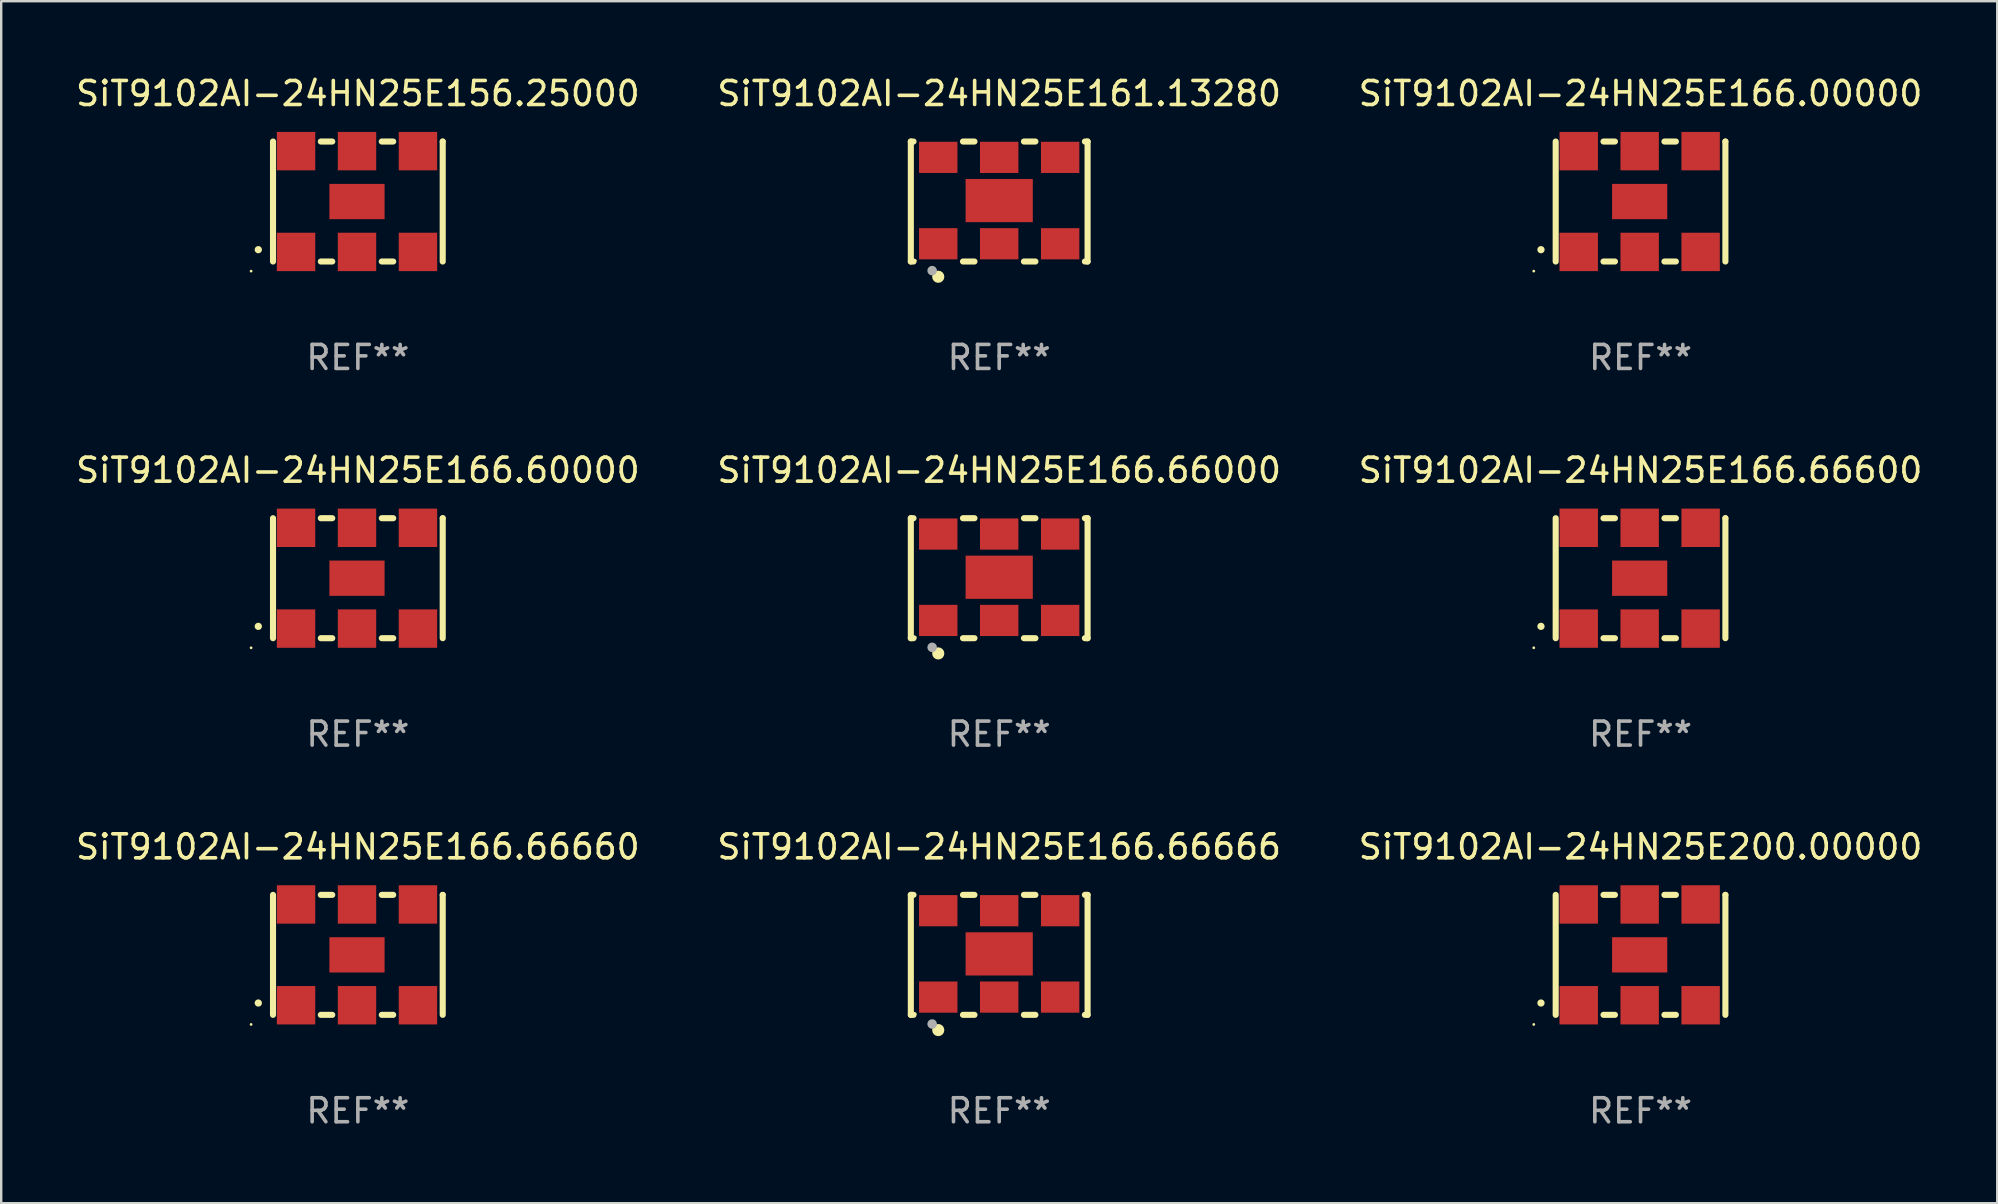
<source format=kicad_pcb>
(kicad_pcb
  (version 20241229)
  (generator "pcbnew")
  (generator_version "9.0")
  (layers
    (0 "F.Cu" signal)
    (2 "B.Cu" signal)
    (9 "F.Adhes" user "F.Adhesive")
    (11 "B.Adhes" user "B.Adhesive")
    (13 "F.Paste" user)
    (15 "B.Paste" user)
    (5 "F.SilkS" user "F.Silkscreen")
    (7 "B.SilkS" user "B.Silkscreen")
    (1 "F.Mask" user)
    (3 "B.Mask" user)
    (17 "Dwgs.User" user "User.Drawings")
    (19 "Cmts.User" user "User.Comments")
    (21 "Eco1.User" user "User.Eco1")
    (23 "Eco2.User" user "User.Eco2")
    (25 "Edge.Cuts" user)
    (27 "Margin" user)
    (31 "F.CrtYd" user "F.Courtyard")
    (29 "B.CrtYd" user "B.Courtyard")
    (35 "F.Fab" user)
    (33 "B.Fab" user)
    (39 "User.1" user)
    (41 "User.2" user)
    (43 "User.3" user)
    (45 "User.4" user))
  (footprint "SiT9102AI-24HN25E166.00000"
    (layer "F.Cu")
    (at 65.315 5.348)
    (property "Reference" "SiT9102AI-24HN25E166.00000" (at 0 -4.5 0) (layer "F.SilkS") (effects (font (size 1 1) (thickness 0.15))))
    (attr through_hole)
    (fp_line (start -3.536 -2.5) (end -3.536 2.5) (stroke (width 0.254) (type solid)) (layer "F.SilkS"))
    (fp_line (start -1.544 2.5) (end -1.067 2.5) (stroke (width 0.254) (type solid)) (layer "F.SilkS"))
    (fp_line (start -1.067 -2.5) (end -1.544 -2.5) (stroke (width 0.254) (type solid)) (layer "F.SilkS"))
    (fp_line (start 0.996 2.5) (end 1.473 2.5) (stroke (width 0.254) (type solid)) (layer "F.SilkS"))
    (fp_line (start 1.473 -2.5) (end 0.996 -2.5) (stroke (width 0.254) (type solid)) (layer "F.SilkS"))
    (fp_line (start 3.536 -2.5) (end 3.536 -2.5) (stroke (width 0.254) (type solid)) (layer "F.SilkS"))
    (fp_line (start 3.536 2.5) (end 3.536 -2.5) (stroke (width 0.254) (type solid)) (layer "F.SilkS"))
    (fp_arc (start -4.150432 2.006604) (mid -4.149162 2.006599) (end -4.147892 2.006604) (stroke (width 0.3) (type solid)) (layer "F.SilkS"))
    (fp_circle (center -4.449 2.9) (end -4.419 2.9) (stroke (width 0.06) (type solid)) (fill no) (layer "F.SilkS"))
    (fp_text user "REF**" (at 0 6.5 0) (layer "F.Fab") (effects (font (size 1 1) (thickness 0.15))))
    (pad "1" smd rect (at -2.576 2.1) (size 1.6 1.6) (layers "F.Cu" "F.Mask" "F.Paste"))
    (pad "2" smd rect (at -0.036 2.1) (size 1.6 1.6) (layers "F.Cu" "F.Mask" "F.Paste"))
    (pad "3" smd rect (at 2.504 2.1) (size 1.6 1.6) (layers "F.Cu" "F.Mask" "F.Paste"))
    (pad "4" smd rect (at 2.504 -2.1) (size 1.6 1.6) (layers "F.Cu" "F.Mask" "F.Paste"))
    (pad "5" smd rect (at -0.036 -2.1) (size 1.6 1.6) (layers "F.Cu" "F.Mask" "F.Paste"))
    (pad "6" smd rect (at -2.576 -2.1) (size 1.6 1.6) (layers "F.Cu" "F.Mask" "F.Paste"))
    (pad "7" smd rect (at -0.036 0) (size 2.3 1.47) (layers "F.Cu" "F.Mask" "F.Paste")))
  (footprint "SiT9102AI-24HN25E166.60000"
    (layer "F.Cu")
    (at 11.863 21.045)
    (property "Reference" "SiT9102AI-24HN25E166.60000" (at 0 -4.5 0) (layer "F.SilkS") (effects (font (size 1 1) (thickness 0.15))))
    (attr through_hole)
    (fp_line (start -3.536 -2.5) (end -3.536 2.5) (stroke (width 0.254) (type solid)) (layer "F.SilkS"))
    (fp_line (start -1.544 2.5) (end -1.067 2.5) (stroke (width 0.254) (type solid)) (layer "F.SilkS"))
    (fp_line (start -1.067 -2.5) (end -1.544 -2.5) (stroke (width 0.254) (type solid)) (layer "F.SilkS"))
    (fp_line (start 0.996 2.5) (end 1.473 2.5) (stroke (width 0.254) (type solid)) (layer "F.SilkS"))
    (fp_line (start 1.473 -2.5) (end 0.996 -2.5) (stroke (width 0.254) (type solid)) (layer "F.SilkS"))
    (fp_line (start 3.536 -2.5) (end 3.536 -2.5) (stroke (width 0.254) (type solid)) (layer "F.SilkS"))
    (fp_line (start 3.536 2.5) (end 3.536 -2.5) (stroke (width 0.254) (type solid)) (layer "F.SilkS"))
    (fp_arc (start -4.150432 2.006604) (mid -4.149162 2.006599) (end -4.147892 2.006604) (stroke (width 0.3) (type solid)) (layer "F.SilkS"))
    (fp_circle (center -4.449 2.9) (end -4.419 2.9) (stroke (width 0.06) (type solid)) (fill no) (layer "F.SilkS"))
    (fp_text user "REF**" (at 0 6.5 0) (layer "F.Fab") (effects (font (size 1 1) (thickness 0.15))))
    (pad "1" smd rect (at -2.576 2.1) (size 1.6 1.6) (layers "F.Cu" "F.Mask" "F.Paste"))
    (pad "2" smd rect (at -0.036 2.1) (size 1.6 1.6) (layers "F.Cu" "F.Mask" "F.Paste"))
    (pad "3" smd rect (at 2.504 2.1) (size 1.6 1.6) (layers "F.Cu" "F.Mask" "F.Paste"))
    (pad "4" smd rect (at 2.504 -2.1) (size 1.6 1.6) (layers "F.Cu" "F.Mask" "F.Paste"))
    (pad "5" smd rect (at -0.036 -2.1) (size 1.6 1.6) (layers "F.Cu" "F.Mask" "F.Paste"))
    (pad "6" smd rect (at -2.576 -2.1) (size 1.6 1.6) (layers "F.Cu" "F.Mask" "F.Paste"))
    (pad "7" smd rect (at -0.036 0) (size 2.3 1.47) (layers "F.Cu" "F.Mask" "F.Paste")))
  (footprint "SiT9102AI-24HN25E166.66660"
    (layer "F.Cu")
    (at 11.863 36.741)
    (property "Reference" "SiT9102AI-24HN25E166.66660" (at 0 -4.5 0) (layer "F.SilkS") (effects (font (size 1 1) (thickness 0.15))))
    (attr through_hole)
    (fp_line (start -3.536 -2.5) (end -3.536 2.5) (stroke (width 0.254) (type solid)) (layer "F.SilkS"))
    (fp_line (start -1.544 2.5) (end -1.067 2.5) (stroke (width 0.254) (type solid)) (layer "F.SilkS"))
    (fp_line (start -1.067 -2.5) (end -1.544 -2.5) (stroke (width 0.254) (type solid)) (layer "F.SilkS"))
    (fp_line (start 0.996 2.5) (end 1.473 2.5) (stroke (width 0.254) (type solid)) (layer "F.SilkS"))
    (fp_line (start 1.473 -2.5) (end 0.996 -2.5) (stroke (width 0.254) (type solid)) (layer "F.SilkS"))
    (fp_line (start 3.536 -2.5) (end 3.536 -2.5) (stroke (width 0.254) (type solid)) (layer "F.SilkS"))
    (fp_line (start 3.536 2.5) (end 3.536 -2.5) (stroke (width 0.254) (type solid)) (layer "F.SilkS"))
    (fp_arc (start -4.150432 2.006604) (mid -4.149162 2.006599) (end -4.147892 2.006604) (stroke (width 0.3) (type solid)) (layer "F.SilkS"))
    (fp_circle (center -4.449 2.9) (end -4.419 2.9) (stroke (width 0.06) (type solid)) (fill no) (layer "F.SilkS"))
    (fp_text user "REF**" (at 0 6.5 0) (layer "F.Fab") (effects (font (size 1 1) (thickness 0.15))))
    (pad "1" smd rect (at -2.576 2.1) (size 1.6 1.6) (layers "F.Cu" "F.Mask" "F.Paste"))
    (pad "2" smd rect (at -0.036 2.1) (size 1.6 1.6) (layers "F.Cu" "F.Mask" "F.Paste"))
    (pad "3" smd rect (at 2.504 2.1) (size 1.6 1.6) (layers "F.Cu" "F.Mask" "F.Paste"))
    (pad "4" smd rect (at 2.504 -2.1) (size 1.6 1.6) (layers "F.Cu" "F.Mask" "F.Paste"))
    (pad "5" smd rect (at -0.036 -2.1) (size 1.6 1.6) (layers "F.Cu" "F.Mask" "F.Paste"))
    (pad "6" smd rect (at -2.576 -2.1) (size 1.6 1.6) (layers "F.Cu" "F.Mask" "F.Paste"))
    (pad "7" smd rect (at -0.036 0) (size 2.3 1.47) (layers "F.Cu" "F.Mask" "F.Paste")))
  (footprint "SiT9102AI-24HN25E161.13280"
    (layer "F.Cu")
    (at 38.589 5.348)
    (property "Reference" "SiT9102AI-24HN25E161.13280" (at 0 -4.5 0) (layer "F.SilkS") (effects (font (size 1 1) (thickness 0.15))))
    (attr through_hole)
    (fp_line (start -3.683 -2.5) (end -3.571 -2.5) (stroke (width 0.254) (type solid)) (layer "F.SilkS"))
    (fp_line (start -3.683 2.5) (end -3.683 -2.5) (stroke (width 0.254) (type solid)) (layer "F.SilkS"))
    (fp_line (start -3.683 2.5) (end -3.571 2.5) (stroke (width 0.254) (type solid)) (layer "F.SilkS"))
    (fp_line (start -1.509 -2.5) (end -1.031 -2.5) (stroke (width 0.254) (type solid)) (layer "F.SilkS"))
    (fp_line (start -1.509 2.5) (end -1.031 2.5) (stroke (width 0.254) (type solid)) (layer "F.SilkS"))
    (fp_line (start 1.031 -2.5) (end 1.509 -2.5) (stroke (width 0.254) (type solid)) (layer "F.SilkS"))
    (fp_line (start 1.031 2.5) (end 1.509 2.5) (stroke (width 0.254) (type solid)) (layer "F.SilkS"))
    (fp_line (start 3.571 -2.5) (end 3.683 -2.5) (stroke (width 0.254) (type solid)) (layer "F.SilkS"))
    (fp_line (start 3.571 2.5) (end 3.683 2.5) (stroke (width 0.254) (type solid)) (layer "F.SilkS"))
    (fp_line (start 3.683 2.5) (end 3.683 -2.5) (stroke (width 0.254) (type solid)) (layer "F.SilkS"))
    (fp_circle (center -3.5 2.46) (end -3.47 2.46) (stroke (width 0.06) (type solid)) (fill no) (layer "F.SilkS"))
    (fp_circle (center -2.54 3.135) (end -2.413 3.135) (stroke (width 0.254) (type solid)) (fill no) (layer "F.SilkS"))
    (fp_circle (center -2.794 2.881) (end -2.694 2.881) (stroke (width 0.2) (type solid)) (fill no) (layer "F.Fab"))
    (fp_text user "REF**" (at 0 6.5 0) (layer "F.Fab") (effects (font (size 1 1) (thickness 0.15))))
    (pad "1" smd rect (at -2.54 1.76) (size 1.6 1.3) (layers "F.Cu" "F.Mask" "F.Paste"))
    (pad "2" smd rect (at 0 1.76) (size 1.6 1.3) (layers "F.Cu" "F.Mask" "F.Paste"))
    (pad "3" smd rect (at 2.54 1.76) (size 1.6 1.3) (layers "F.Cu" "F.Mask" "F.Paste"))
    (pad "4" smd rect (at 2.54 -1.84) (size 1.6 1.3) (layers "F.Cu" "F.Mask" "F.Paste"))
    (pad "5" smd rect (at 0 -1.84) (size 1.6 1.3) (layers "F.Cu" "F.Mask" "F.Paste"))
    (pad "6" smd rect (at -2.54 -1.84) (size 1.6 1.3) (layers "F.Cu" "F.Mask" "F.Paste"))
    (pad "7" smd rect (at 0 -0.04) (size 2.8 1.8) (layers "F.Cu" "F.Mask" "F.Paste")))
  (footprint "SiT9102AI-24HN25E156.25000"
    (layer "F.Cu")
    (at 11.863 5.348)
    (property "Reference" "SiT9102AI-24HN25E156.25000" (at 0 -4.5 0) (layer "F.SilkS") (effects (font (size 1 1) (thickness 0.15))))
    (attr through_hole)
    (fp_line (start -3.536 -2.5) (end -3.536 2.5) (stroke (width 0.254) (type solid)) (layer "F.SilkS"))
    (fp_line (start -1.544 2.5) (end -1.067 2.5) (stroke (width 0.254) (type solid)) (layer "F.SilkS"))
    (fp_line (start -1.067 -2.5) (end -1.544 -2.5) (stroke (width 0.254) (type solid)) (layer "F.SilkS"))
    (fp_line (start 0.996 2.5) (end 1.473 2.5) (stroke (width 0.254) (type solid)) (layer "F.SilkS"))
    (fp_line (start 1.473 -2.5) (end 0.996 -2.5) (stroke (width 0.254) (type solid)) (layer "F.SilkS"))
    (fp_line (start 3.536 -2.5) (end 3.536 -2.5) (stroke (width 0.254) (type solid)) (layer "F.SilkS"))
    (fp_line (start 3.536 2.5) (end 3.536 -2.5) (stroke (width 0.254) (type solid)) (layer "F.SilkS"))
    (fp_arc (start -4.150432 2.006604) (mid -4.149162 2.006599) (end -4.147892 2.006604) (stroke (width 0.3) (type solid)) (layer "F.SilkS"))
    (fp_circle (center -4.449 2.9) (end -4.419 2.9) (stroke (width 0.06) (type solid)) (fill no) (layer "F.SilkS"))
    (fp_text user "REF**" (at 0 6.5 0) (layer "F.Fab") (effects (font (size 1 1) (thickness 0.15))))
    (pad "1" smd rect (at -2.576 2.1) (size 1.6 1.6) (layers "F.Cu" "F.Mask" "F.Paste"))
    (pad "2" smd rect (at -0.036 2.1) (size 1.6 1.6) (layers "F.Cu" "F.Mask" "F.Paste"))
    (pad "3" smd rect (at 2.504 2.1) (size 1.6 1.6) (layers "F.Cu" "F.Mask" "F.Paste"))
    (pad "4" smd rect (at 2.504 -2.1) (size 1.6 1.6) (layers "F.Cu" "F.Mask" "F.Paste"))
    (pad "5" smd rect (at -0.036 -2.1) (size 1.6 1.6) (layers "F.Cu" "F.Mask" "F.Paste"))
    (pad "6" smd rect (at -2.576 -2.1) (size 1.6 1.6) (layers "F.Cu" "F.Mask" "F.Paste"))
    (pad "7" smd rect (at -0.036 0) (size 2.3 1.47) (layers "F.Cu" "F.Mask" "F.Paste")))
  (footprint "SiT9102AI-24HN25E200.00000"
    (layer "F.Cu")
    (at 65.315 36.741)
    (property "Reference" "SiT9102AI-24HN25E200.00000" (at 0 -4.5 0) (layer "F.SilkS") (effects (font (size 1 1) (thickness 0.15))))
    (attr through_hole)
    (fp_line (start -3.536 -2.5) (end -3.536 2.5) (stroke (width 0.254) (type solid)) (layer "F.SilkS"))
    (fp_line (start -1.544 2.5) (end -1.067 2.5) (stroke (width 0.254) (type solid)) (layer "F.SilkS"))
    (fp_line (start -1.067 -2.5) (end -1.544 -2.5) (stroke (width 0.254) (type solid)) (layer "F.SilkS"))
    (fp_line (start 0.996 2.5) (end 1.473 2.5) (stroke (width 0.254) (type solid)) (layer "F.SilkS"))
    (fp_line (start 1.473 -2.5) (end 0.996 -2.5) (stroke (width 0.254) (type solid)) (layer "F.SilkS"))
    (fp_line (start 3.536 -2.5) (end 3.536 -2.5) (stroke (width 0.254) (type solid)) (layer "F.SilkS"))
    (fp_line (start 3.536 2.5) (end 3.536 -2.5) (stroke (width 0.254) (type solid)) (layer "F.SilkS"))
    (fp_arc (start -4.150432 2.006604) (mid -4.149162 2.006599) (end -4.147892 2.006604) (stroke (width 0.3) (type solid)) (layer "F.SilkS"))
    (fp_circle (center -4.449 2.9) (end -4.419 2.9) (stroke (width 0.06) (type solid)) (fill no) (layer "F.SilkS"))
    (fp_text user "REF**" (at 0 6.5 0) (layer "F.Fab") (effects (font (size 1 1) (thickness 0.15))))
    (pad "1" smd rect (at -2.576 2.1) (size 1.6 1.6) (layers "F.Cu" "F.Mask" "F.Paste"))
    (pad "2" smd rect (at -0.036 2.1) (size 1.6 1.6) (layers "F.Cu" "F.Mask" "F.Paste"))
    (pad "3" smd rect (at 2.504 2.1) (size 1.6 1.6) (layers "F.Cu" "F.Mask" "F.Paste"))
    (pad "4" smd rect (at 2.504 -2.1) (size 1.6 1.6) (layers "F.Cu" "F.Mask" "F.Paste"))
    (pad "5" smd rect (at -0.036 -2.1) (size 1.6 1.6) (layers "F.Cu" "F.Mask" "F.Paste"))
    (pad "6" smd rect (at -2.576 -2.1) (size 1.6 1.6) (layers "F.Cu" "F.Mask" "F.Paste"))
    (pad "7" smd rect (at -0.036 0) (size 2.3 1.47) (layers "F.Cu" "F.Mask" "F.Paste")))
  (footprint "SiT9102AI-24HN25E166.66600"
    (layer "F.Cu")
    (at 65.315 21.045)
    (property "Reference" "SiT9102AI-24HN25E166.66600" (at 0 -4.5 0) (layer "F.SilkS") (effects (font (size 1 1) (thickness 0.15))))
    (attr through_hole)
    (fp_line (start -3.536 -2.5) (end -3.536 2.5) (stroke (width 0.254) (type solid)) (layer "F.SilkS"))
    (fp_line (start -1.544 2.5) (end -1.067 2.5) (stroke (width 0.254) (type solid)) (layer "F.SilkS"))
    (fp_line (start -1.067 -2.5) (end -1.544 -2.5) (stroke (width 0.254) (type solid)) (layer "F.SilkS"))
    (fp_line (start 0.996 2.5) (end 1.473 2.5) (stroke (width 0.254) (type solid)) (layer "F.SilkS"))
    (fp_line (start 1.473 -2.5) (end 0.996 -2.5) (stroke (width 0.254) (type solid)) (layer "F.SilkS"))
    (fp_line (start 3.536 -2.5) (end 3.536 -2.5) (stroke (width 0.254) (type solid)) (layer "F.SilkS"))
    (fp_line (start 3.536 2.5) (end 3.536 -2.5) (stroke (width 0.254) (type solid)) (layer "F.SilkS"))
    (fp_arc (start -4.150432 2.006604) (mid -4.149162 2.006599) (end -4.147892 2.006604) (stroke (width 0.3) (type solid)) (layer "F.SilkS"))
    (fp_circle (center -4.449 2.9) (end -4.419 2.9) (stroke (width 0.06) (type solid)) (fill no) (layer "F.SilkS"))
    (fp_text user "REF**" (at 0 6.5 0) (layer "F.Fab") (effects (font (size 1 1) (thickness 0.15))))
    (pad "1" smd rect (at -2.576 2.1) (size 1.6 1.6) (layers "F.Cu" "F.Mask" "F.Paste"))
    (pad "2" smd rect (at -0.036 2.1) (size 1.6 1.6) (layers "F.Cu" "F.Mask" "F.Paste"))
    (pad "3" smd rect (at 2.504 2.1) (size 1.6 1.6) (layers "F.Cu" "F.Mask" "F.Paste"))
    (pad "4" smd rect (at 2.504 -2.1) (size 1.6 1.6) (layers "F.Cu" "F.Mask" "F.Paste"))
    (pad "5" smd rect (at -0.036 -2.1) (size 1.6 1.6) (layers "F.Cu" "F.Mask" "F.Paste"))
    (pad "6" smd rect (at -2.576 -2.1) (size 1.6 1.6) (layers "F.Cu" "F.Mask" "F.Paste"))
    (pad "7" smd rect (at -0.036 0) (size 2.3 1.47) (layers "F.Cu" "F.Mask" "F.Paste")))
  (footprint "SiT9102AI-24HN25E166.66000"
    (layer "F.Cu")
    (at 38.589 21.045)
    (property "Reference" "SiT9102AI-24HN25E166.66000" (at 0 -4.5 0) (layer "F.SilkS") (effects (font (size 1 1) (thickness 0.15))))
    (attr through_hole)
    (fp_line (start -3.683 -2.5) (end -3.571 -2.5) (stroke (width 0.254) (type solid)) (layer "F.SilkS"))
    (fp_line (start -3.683 2.5) (end -3.683 -2.5) (stroke (width 0.254) (type solid)) (layer "F.SilkS"))
    (fp_line (start -3.683 2.5) (end -3.571 2.5) (stroke (width 0.254) (type solid)) (layer "F.SilkS"))
    (fp_line (start -1.509 -2.5) (end -1.031 -2.5) (stroke (width 0.254) (type solid)) (layer "F.SilkS"))
    (fp_line (start -1.509 2.5) (end -1.031 2.5) (stroke (width 0.254) (type solid)) (layer "F.SilkS"))
    (fp_line (start 1.031 -2.5) (end 1.509 -2.5) (stroke (width 0.254) (type solid)) (layer "F.SilkS"))
    (fp_line (start 1.031 2.5) (end 1.509 2.5) (stroke (width 0.254) (type solid)) (layer "F.SilkS"))
    (fp_line (start 3.571 -2.5) (end 3.683 -2.5) (stroke (width 0.254) (type solid)) (layer "F.SilkS"))
    (fp_line (start 3.571 2.5) (end 3.683 2.5) (stroke (width 0.254) (type solid)) (layer "F.SilkS"))
    (fp_line (start 3.683 2.5) (end 3.683 -2.5) (stroke (width 0.254) (type solid)) (layer "F.SilkS"))
    (fp_circle (center -3.5 2.46) (end -3.47 2.46) (stroke (width 0.06) (type solid)) (fill no) (layer "F.SilkS"))
    (fp_circle (center -2.54 3.135) (end -2.413 3.135) (stroke (width 0.254) (type solid)) (fill no) (layer "F.SilkS"))
    (fp_circle (center -2.794 2.881) (end -2.694 2.881) (stroke (width 0.2) (type solid)) (fill no) (layer "F.Fab"))
    (fp_text user "REF**" (at 0 6.5 0) (layer "F.Fab") (effects (font (size 1 1) (thickness 0.15))))
    (pad "1" smd rect (at -2.54 1.76) (size 1.6 1.3) (layers "F.Cu" "F.Mask" "F.Paste"))
    (pad "2" smd rect (at 0 1.76) (size 1.6 1.3) (layers "F.Cu" "F.Mask" "F.Paste"))
    (pad "3" smd rect (at 2.54 1.76) (size 1.6 1.3) (layers "F.Cu" "F.Mask" "F.Paste"))
    (pad "4" smd rect (at 2.54 -1.84) (size 1.6 1.3) (layers "F.Cu" "F.Mask" "F.Paste"))
    (pad "5" smd rect (at 0 -1.84) (size 1.6 1.3) (layers "F.Cu" "F.Mask" "F.Paste"))
    (pad "6" smd rect (at -2.54 -1.84) (size 1.6 1.3) (layers "F.Cu" "F.Mask" "F.Paste"))
    (pad "7" smd rect (at 0 -0.04) (size 2.8 1.8) (layers "F.Cu" "F.Mask" "F.Paste")))
  (footprint "SiT9102AI-24HN25E166.66666"
    (layer "F.Cu")
    (at 38.589 36.741)
    (property "Reference" "SiT9102AI-24HN25E166.66666" (at 0 -4.5 0) (layer "F.SilkS") (effects (font (size 1 1) (thickness 0.15))))
    (attr through_hole)
    (fp_line (start -3.683 -2.5) (end -3.571 -2.5) (stroke (width 0.254) (type solid)) (layer "F.SilkS"))
    (fp_line (start -3.683 2.5) (end -3.683 -2.5) (stroke (width 0.254) (type solid)) (layer "F.SilkS"))
    (fp_line (start -3.683 2.5) (end -3.571 2.5) (stroke (width 0.254) (type solid)) (layer "F.SilkS"))
    (fp_line (start -1.509 -2.5) (end -1.031 -2.5) (stroke (width 0.254) (type solid)) (layer "F.SilkS"))
    (fp_line (start -1.509 2.5) (end -1.031 2.5) (stroke (width 0.254) (type solid)) (layer "F.SilkS"))
    (fp_line (start 1.031 -2.5) (end 1.509 -2.5) (stroke (width 0.254) (type solid)) (layer "F.SilkS"))
    (fp_line (start 1.031 2.5) (end 1.509 2.5) (stroke (width 0.254) (type solid)) (layer "F.SilkS"))
    (fp_line (start 3.571 -2.5) (end 3.683 -2.5) (stroke (width 0.254) (type solid)) (layer "F.SilkS"))
    (fp_line (start 3.571 2.5) (end 3.683 2.5) (stroke (width 0.254) (type solid)) (layer "F.SilkS"))
    (fp_line (start 3.683 2.5) (end 3.683 -2.5) (stroke (width 0.254) (type solid)) (layer "F.SilkS"))
    (fp_circle (center -3.5 2.46) (end -3.47 2.46) (stroke (width 0.06) (type solid)) (fill no) (layer "F.SilkS"))
    (fp_circle (center -2.54 3.135) (end -2.413 3.135) (stroke (width 0.254) (type solid)) (fill no) (layer "F.SilkS"))
    (fp_circle (center -2.794 2.881) (end -2.694 2.881) (stroke (width 0.2) (type solid)) (fill no) (layer "F.Fab"))
    (fp_text user "REF**" (at 0 6.5 0) (layer "F.Fab") (effects (font (size 1 1) (thickness 0.15))))
    (pad "1" smd rect (at -2.54 1.76) (size 1.6 1.3) (layers "F.Cu" "F.Mask" "F.Paste"))
    (pad "2" smd rect (at 0 1.76) (size 1.6 1.3) (layers "F.Cu" "F.Mask" "F.Paste"))
    (pad "3" smd rect (at 2.54 1.76) (size 1.6 1.3) (layers "F.Cu" "F.Mask" "F.Paste"))
    (pad "4" smd rect (at 2.54 -1.84) (size 1.6 1.3) (layers "F.Cu" "F.Mask" "F.Paste"))
    (pad "5" smd rect (at 0 -1.84) (size 1.6 1.3) (layers "F.Cu" "F.Mask" "F.Paste"))
    (pad "6" smd rect (at -2.54 -1.84) (size 1.6 1.3) (layers "F.Cu" "F.Mask" "F.Paste"))
    (pad "7" smd rect (at 0 -0.04) (size 2.8 1.8) (layers "F.Cu" "F.Mask" "F.Paste")))
  (gr_rect
    (start -3 -3)
    (end 80.179 47.09)
    (stroke (width 0.1) (type default))
    (fill no)
    (layer "Edge.Cuts")))
</source>
